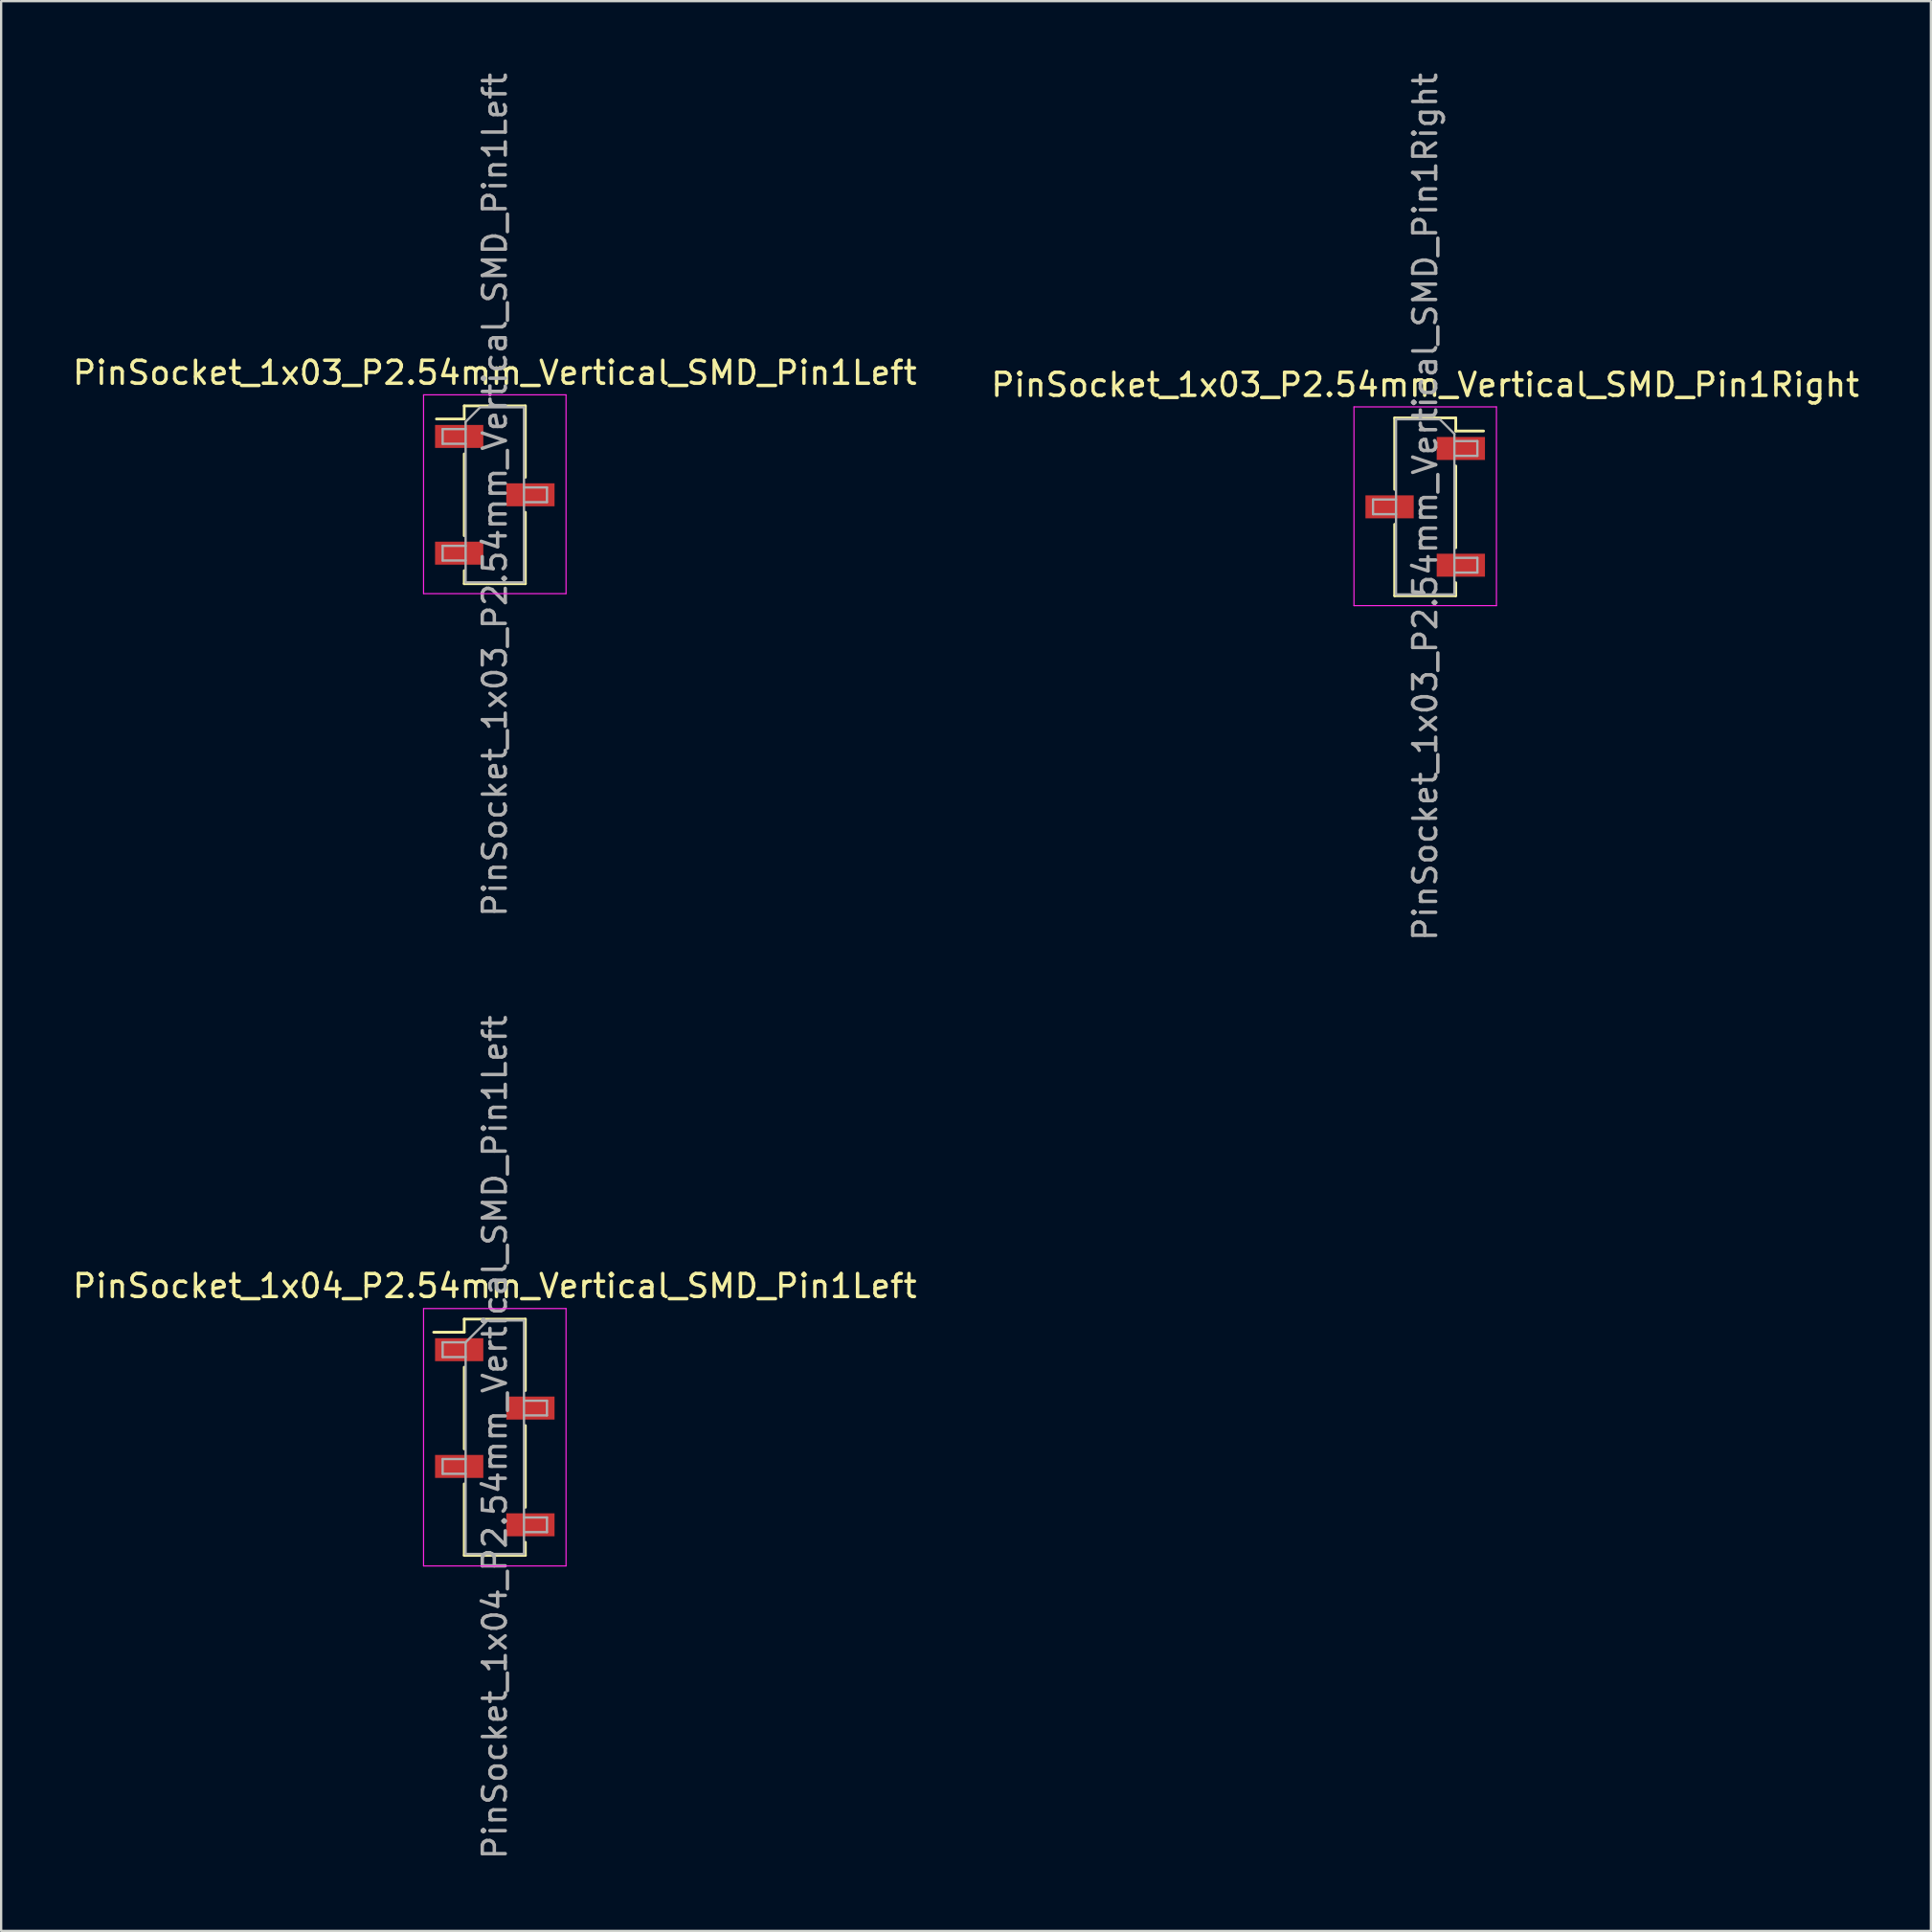
<source format=kicad_pcb>
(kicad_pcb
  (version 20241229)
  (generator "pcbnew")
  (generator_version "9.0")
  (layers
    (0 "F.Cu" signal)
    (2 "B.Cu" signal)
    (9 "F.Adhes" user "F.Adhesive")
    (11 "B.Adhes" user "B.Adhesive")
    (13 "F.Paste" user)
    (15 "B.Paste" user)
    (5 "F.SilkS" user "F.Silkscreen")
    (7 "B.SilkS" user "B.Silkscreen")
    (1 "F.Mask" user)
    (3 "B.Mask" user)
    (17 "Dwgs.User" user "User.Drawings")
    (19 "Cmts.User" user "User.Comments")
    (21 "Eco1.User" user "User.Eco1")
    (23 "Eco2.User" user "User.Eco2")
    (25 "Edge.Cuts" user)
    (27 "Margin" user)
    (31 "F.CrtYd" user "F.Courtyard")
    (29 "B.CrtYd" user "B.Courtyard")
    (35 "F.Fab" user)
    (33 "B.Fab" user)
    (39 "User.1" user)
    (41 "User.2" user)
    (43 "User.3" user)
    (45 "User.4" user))
  (footprint "PinSocket_1x03_P2.54mm_Vertical_SMD_Pin1Right"
    (layer "F.Cu")
    (at 58.97 19.006)
    (property "Reference" "PinSocket_1x03_P2.54mm_Vertical_SMD_Pin1Right" (at 0 -5.31 0) (layer "F.SilkS") (effects (font (size 1 1) (thickness 0.15))))
    (attr smd)
    (fp_line (start -1.33 -3.87) (end -1.33 -0.76) (stroke (width 0.12) (type solid)) (layer "F.SilkS"))
    (fp_line (start -1.33 -3.87) (end 1.33 -3.87) (stroke (width 0.12) (type solid)) (layer "F.SilkS"))
    (fp_line (start -1.33 0.76) (end -1.33 3.87) (stroke (width 0.12) (type solid)) (layer "F.SilkS"))
    (fp_line (start -1.33 3.87) (end 1.33 3.87) (stroke (width 0.12) (type solid)) (layer "F.SilkS"))
    (fp_line (start 1.33 -3.87) (end 1.33 -3.3) (stroke (width 0.12) (type solid)) (layer "F.SilkS"))
    (fp_line (start 1.33 -3.3) (end 2.54 -3.3) (stroke (width 0.12) (type solid)) (layer "F.SilkS"))
    (fp_line (start 1.33 -1.78) (end 1.33 1.78) (stroke (width 0.12) (type solid)) (layer "F.SilkS"))
    (fp_line (start 1.33 3.3) (end 1.33 3.87) (stroke (width 0.12) (type solid)) (layer "F.SilkS"))
    (fp_line (start -3.1 -4.35) (end 3.1 -4.35) (stroke (width 0.05) (type solid)) (layer "F.CrtYd"))
    (fp_line (start -3.1 4.3) (end -3.1 -4.35) (stroke (width 0.05) (type solid)) (layer "F.CrtYd"))
    (fp_line (start 3.1 -4.35) (end 3.1 4.3) (stroke (width 0.05) (type solid)) (layer "F.CrtYd"))
    (fp_line (start 3.1 4.3) (end -3.1 4.3) (stroke (width 0.05) (type solid)) (layer "F.CrtYd"))
    (fp_line (start -2.27 -0.32) (end -1.27 -0.32) (stroke (width 0.1) (type solid)) (layer "F.Fab"))
    (fp_line (start -2.27 0.32) (end -2.27 -0.32) (stroke (width 0.1) (type solid)) (layer "F.Fab"))
    (fp_line (start -1.27 -3.81) (end 0.635 -3.81) (stroke (width 0.1) (type solid)) (layer "F.Fab"))
    (fp_line (start -1.27 0.32) (end -2.27 0.32) (stroke (width 0.1) (type solid)) (layer "F.Fab"))
    (fp_line (start -1.27 3.81) (end -1.27 -3.81) (stroke (width 0.1) (type solid)) (layer "F.Fab"))
    (fp_line (start 0.635 -3.81) (end 1.27 -3.175) (stroke (width 0.1) (type solid)) (layer "F.Fab"))
    (fp_line (start 1.27 -3.175) (end 1.27 3.81) (stroke (width 0.1) (type solid)) (layer "F.Fab"))
    (fp_line (start 1.27 -2.86) (end 2.27 -2.86) (stroke (width 0.1) (type solid)) (layer "F.Fab"))
    (fp_line (start 1.27 2.22) (end 2.27 2.22) (stroke (width 0.1) (type solid)) (layer "F.Fab"))
    (fp_line (start 1.27 3.81) (end -1.27 3.81) (stroke (width 0.1) (type solid)) (layer "F.Fab"))
    (fp_line (start 2.27 -2.86) (end 2.27 -2.22) (stroke (width 0.1) (type solid)) (layer "F.Fab"))
    (fp_line (start 2.27 -2.22) (end 1.27 -2.22) (stroke (width 0.1) (type solid)) (layer "F.Fab"))
    (fp_line (start 2.27 2.22) (end 2.27 2.86) (stroke (width 0.1) (type solid)) (layer "F.Fab"))
    (fp_line (start 2.27 2.86) (end 1.27 2.86) (stroke (width 0.1) (type solid)) (layer "F.Fab"))
    (fp_text user "${REFERENCE}" (at 0 0 90) (layer "F.Fab") (effects (font (size 1 1) (thickness 0.15))))
    (pad "1" smd rect (at 1.55 -2.54) (size 2.1 1) (layers "F.Cu" "F.Mask" "F.Paste"))
    (pad "2" smd rect (at -1.55 0) (size 2.1 1) (layers "F.Cu" "F.Mask" "F.Paste"))
    (pad "3" smd rect (at 1.55 2.54) (size 2.1 1) (layers "F.Cu" "F.Mask" "F.Paste")))
  (footprint "PinSocket_1x03_P2.54mm_Vertical_SMD_Pin1Left"
    (layer "F.Cu")
    (at 18.482 18.482)
    (property "Reference" "PinSocket_1x03_P2.54mm_Vertical_SMD_Pin1Left" (at 0 -5.31 0) (layer "F.SilkS") (effects (font (size 1 1) (thickness 0.15))))
    (attr smd)
    (fp_line (start -2.54 -3.3) (end -1.33 -3.3) (stroke (width 0.12) (type solid)) (layer "F.SilkS"))
    (fp_line (start -1.33 -3.87) (end -1.33 -3.3) (stroke (width 0.12) (type solid)) (layer "F.SilkS"))
    (fp_line (start -1.33 -3.87) (end 1.33 -3.87) (stroke (width 0.12) (type solid)) (layer "F.SilkS"))
    (fp_line (start -1.33 -1.78) (end -1.33 1.78) (stroke (width 0.12) (type solid)) (layer "F.SilkS"))
    (fp_line (start -1.33 3.3) (end -1.33 3.87) (stroke (width 0.12) (type solid)) (layer "F.SilkS"))
    (fp_line (start -1.33 3.87) (end 1.33 3.87) (stroke (width 0.12) (type solid)) (layer "F.SilkS"))
    (fp_line (start 1.33 -3.87) (end 1.33 -0.76) (stroke (width 0.12) (type solid)) (layer "F.SilkS"))
    (fp_line (start 1.33 0.76) (end 1.33 3.87) (stroke (width 0.12) (type solid)) (layer "F.SilkS"))
    (fp_line (start -3.1 -4.35) (end 3.1 -4.35) (stroke (width 0.05) (type solid)) (layer "F.CrtYd"))
    (fp_line (start -3.1 4.3) (end -3.1 -4.35) (stroke (width 0.05) (type solid)) (layer "F.CrtYd"))
    (fp_line (start 3.1 -4.35) (end 3.1 4.3) (stroke (width 0.05) (type solid)) (layer "F.CrtYd"))
    (fp_line (start 3.1 4.3) (end -3.1 4.3) (stroke (width 0.05) (type solid)) (layer "F.CrtYd"))
    (fp_line (start -2.27 -2.86) (end -1.27 -2.86) (stroke (width 0.1) (type solid)) (layer "F.Fab"))
    (fp_line (start -2.27 -2.22) (end -2.27 -2.86) (stroke (width 0.1) (type solid)) (layer "F.Fab"))
    (fp_line (start -2.27 2.22) (end -1.27 2.22) (stroke (width 0.1) (type solid)) (layer "F.Fab"))
    (fp_line (start -2.27 2.86) (end -2.27 2.22) (stroke (width 0.1) (type solid)) (layer "F.Fab"))
    (fp_line (start -1.27 -3.175) (end -0.635 -3.81) (stroke (width 0.1) (type solid)) (layer "F.Fab"))
    (fp_line (start -1.27 -2.22) (end -2.27 -2.22) (stroke (width 0.1) (type solid)) (layer "F.Fab"))
    (fp_line (start -1.27 2.86) (end -2.27 2.86) (stroke (width 0.1) (type solid)) (layer "F.Fab"))
    (fp_line (start -1.27 3.81) (end -1.27 -3.175) (stroke (width 0.1) (type solid)) (layer "F.Fab"))
    (fp_line (start -0.635 -3.81) (end 1.27 -3.81) (stroke (width 0.1) (type solid)) (layer "F.Fab"))
    (fp_line (start 1.27 -3.81) (end 1.27 3.81) (stroke (width 0.1) (type solid)) (layer "F.Fab"))
    (fp_line (start 1.27 -0.32) (end 2.27 -0.32) (stroke (width 0.1) (type solid)) (layer "F.Fab"))
    (fp_line (start 1.27 3.81) (end -1.27 3.81) (stroke (width 0.1) (type solid)) (layer "F.Fab"))
    (fp_line (start 2.27 -0.32) (end 2.27 0.32) (stroke (width 0.1) (type solid)) (layer "F.Fab"))
    (fp_line (start 2.27 0.32) (end 1.27 0.32) (stroke (width 0.1) (type solid)) (layer "F.Fab"))
    (fp_text user "${REFERENCE}" (at 0 0 90) (layer "F.Fab") (effects (font (size 1 1) (thickness 0.15))))
    (pad "1" smd rect (at -1.55 -2.54) (size 2.1 1) (layers "F.Cu" "F.Mask" "F.Paste"))
    (pad "2" smd rect (at 1.55 0) (size 2.1 1) (layers "F.Cu" "F.Mask" "F.Paste"))
    (pad "3" smd rect (at -1.55 2.54) (size 2.1 1) (layers "F.Cu" "F.Mask" "F.Paste")))
  (footprint "PinSocket_1x04_P2.54mm_Vertical_SMD_Pin1Left"
    (layer "F.Cu")
    (at 18.482 59.494)
    (property "Reference" "PinSocket_1x04_P2.54mm_Vertical_SMD_Pin1Left" (at 0 -6.58 0) (layer "F.SilkS") (effects (font (size 1 1) (thickness 0.15))))
    (attr smd)
    (fp_line (start -2.66 -4.57) (end -1.33 -4.57) (stroke (width 0.12) (type solid)) (layer "F.SilkS"))
    (fp_line (start -1.33 -5.14) (end 1.33 -5.14) (stroke (width 0.12) (type solid)) (layer "F.SilkS"))
    (fp_line (start -1.33 -4.57) (end -1.33 -5.14) (stroke (width 0.12) (type solid)) (layer "F.SilkS"))
    (fp_line (start -1.33 -3.05) (end -1.33 0.51) (stroke (width 0.12) (type solid)) (layer "F.SilkS"))
    (fp_line (start -1.33 2.03) (end -1.33 5.14) (stroke (width 0.12) (type solid)) (layer "F.SilkS"))
    (fp_line (start 1.33 -5.14) (end 1.33 -2.03) (stroke (width 0.12) (type solid)) (layer "F.SilkS"))
    (fp_line (start 1.33 -0.51) (end 1.33 3.05) (stroke (width 0.12) (type solid)) (layer "F.SilkS"))
    (fp_line (start 1.33 4.57) (end 1.33 5.14) (stroke (width 0.12) (type solid)) (layer "F.SilkS"))
    (fp_line (start 1.33 5.14) (end -1.33 5.14) (stroke (width 0.12) (type solid)) (layer "F.SilkS"))
    (fp_line (start -3.1 -5.6) (end 3.1 -5.6) (stroke (width 0.05) (type solid)) (layer "F.CrtYd"))
    (fp_line (start -3.1 5.6) (end -3.1 -5.6) (stroke (width 0.05) (type solid)) (layer "F.CrtYd"))
    (fp_line (start 3.1 -5.6) (end 3.1 5.6) (stroke (width 0.05) (type solid)) (layer "F.CrtYd"))
    (fp_line (start 3.1 5.6) (end -3.1 5.6) (stroke (width 0.05) (type solid)) (layer "F.CrtYd"))
    (fp_line (start -2.27 -4.13) (end -1.27 -4.13) (stroke (width 0.1) (type solid)) (layer "F.Fab"))
    (fp_line (start -2.27 -3.49) (end -2.27 -4.13) (stroke (width 0.1) (type solid)) (layer "F.Fab"))
    (fp_line (start -2.27 0.95) (end -1.27 0.95) (stroke (width 0.1) (type solid)) (layer "F.Fab"))
    (fp_line (start -2.27 1.59) (end -2.27 0.95) (stroke (width 0.1) (type solid)) (layer "F.Fab"))
    (fp_line (start -1.27 -4.13) (end -0.32 -5.08) (stroke (width 0.1) (type solid)) (layer "F.Fab"))
    (fp_line (start -1.27 -3.49) (end -2.27 -3.49) (stroke (width 0.1) (type solid)) (layer "F.Fab"))
    (fp_line (start -1.27 1.59) (end -2.27 1.59) (stroke (width 0.1) (type solid)) (layer "F.Fab"))
    (fp_line (start -1.27 5.08) (end -1.27 -4.13) (stroke (width 0.1) (type solid)) (layer "F.Fab"))
    (fp_line (start -0.32 -5.08) (end 1.27 -5.08) (stroke (width 0.1) (type solid)) (layer "F.Fab"))
    (fp_line (start 1.27 -5.08) (end 1.27 5.08) (stroke (width 0.1) (type solid)) (layer "F.Fab"))
    (fp_line (start 1.27 -1.59) (end 2.27 -1.59) (stroke (width 0.1) (type solid)) (layer "F.Fab"))
    (fp_line (start 1.27 3.49) (end 2.27 3.49) (stroke (width 0.1) (type solid)) (layer "F.Fab"))
    (fp_line (start 1.27 5.08) (end -1.27 5.08) (stroke (width 0.1) (type solid)) (layer "F.Fab"))
    (fp_line (start 2.27 -1.59) (end 2.27 -0.95) (stroke (width 0.1) (type solid)) (layer "F.Fab"))
    (fp_line (start 2.27 -0.95) (end 1.27 -0.95) (stroke (width 0.1) (type solid)) (layer "F.Fab"))
    (fp_line (start 2.27 3.49) (end 2.27 4.13) (stroke (width 0.1) (type solid)) (layer "F.Fab"))
    (fp_line (start 2.27 4.13) (end 1.27 4.13) (stroke (width 0.1) (type solid)) (layer "F.Fab"))
    (fp_text user "${REFERENCE}" (at 0 0 90) (layer "F.Fab") (effects (font (size 1 1) (thickness 0.15))))
    (pad "1" smd rect (at -1.55 -3.81) (size 2.1 1) (layers "F.Cu" "F.Mask" "F.Paste"))
    (pad "2" smd rect (at 1.55 -1.27) (size 2.1 1) (layers "F.Cu" "F.Mask" "F.Paste"))
    (pad "3" smd rect (at -1.55 1.27) (size 2.1 1) (layers "F.Cu" "F.Mask" "F.Paste"))
    (pad "4" smd rect (at 1.55 3.81) (size 2.1 1) (layers "F.Cu" "F.Mask" "F.Paste")))
  (gr_rect
    (start -3 -3)
    (end 80.976 80.976)
    (stroke (width 0.1) (type default))
    (fill no)
    (layer "Edge.Cuts")))
</source>
